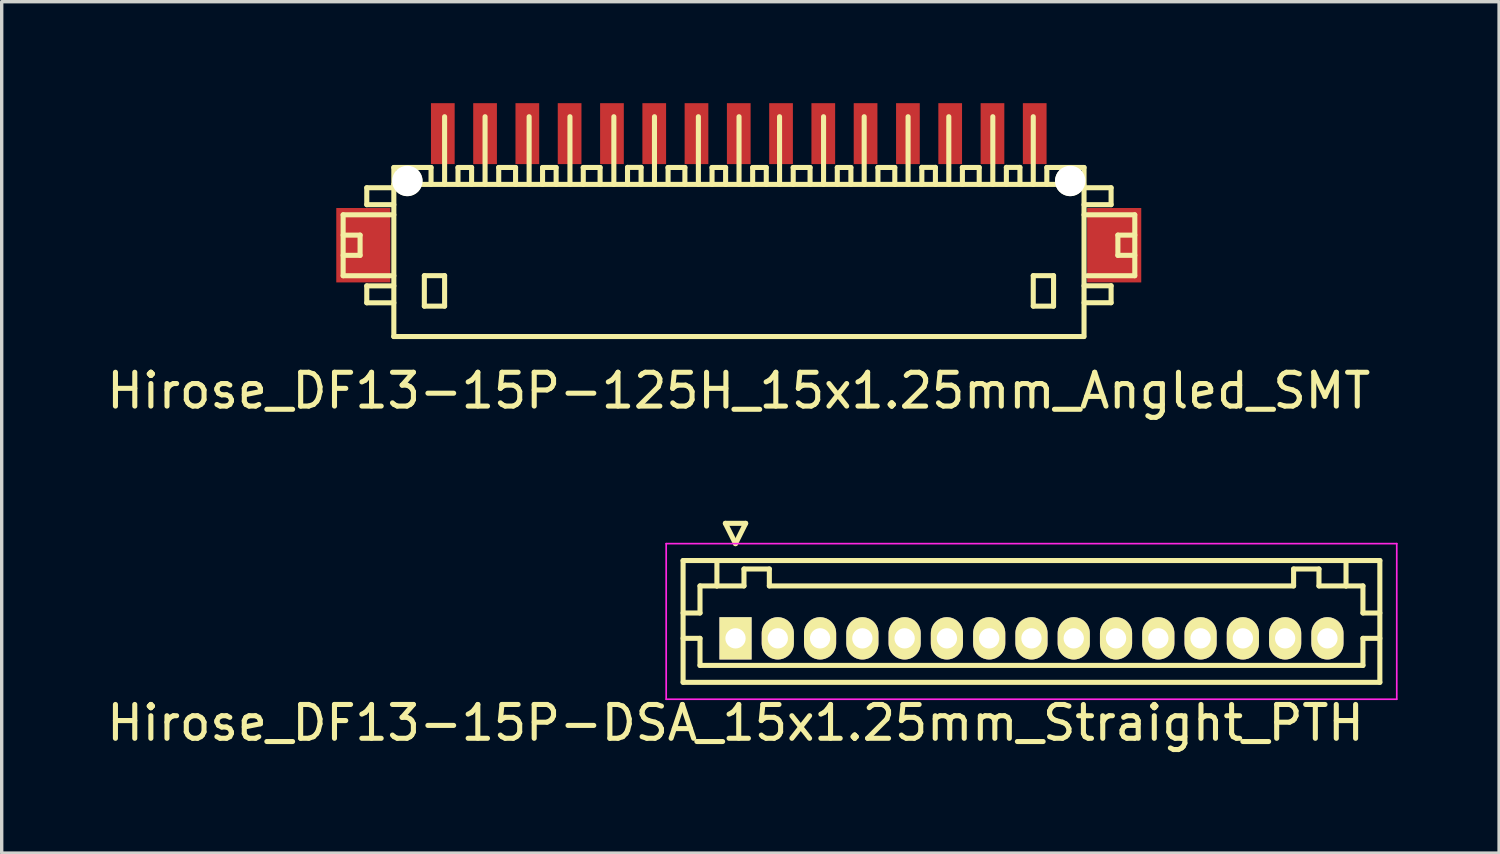
<source format=kicad_pcb>
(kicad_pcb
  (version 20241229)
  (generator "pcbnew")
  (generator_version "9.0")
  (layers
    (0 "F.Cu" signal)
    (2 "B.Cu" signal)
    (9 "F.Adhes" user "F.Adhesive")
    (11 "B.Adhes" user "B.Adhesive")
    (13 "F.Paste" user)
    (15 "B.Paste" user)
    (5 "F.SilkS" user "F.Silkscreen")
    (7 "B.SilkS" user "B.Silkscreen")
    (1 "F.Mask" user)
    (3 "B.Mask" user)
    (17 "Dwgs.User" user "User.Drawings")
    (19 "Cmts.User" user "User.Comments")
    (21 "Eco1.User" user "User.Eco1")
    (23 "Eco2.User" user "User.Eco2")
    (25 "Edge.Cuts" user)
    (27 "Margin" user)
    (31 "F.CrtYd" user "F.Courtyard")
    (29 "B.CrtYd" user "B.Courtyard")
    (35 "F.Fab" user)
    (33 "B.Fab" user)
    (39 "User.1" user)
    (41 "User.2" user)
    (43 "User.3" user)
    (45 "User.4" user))
  (footprint "Hirose_DF13-15P-DSA_15x1.25mm_Straight_PTH"
    (layer "F.Cu")
    (at 18.696 15.823)
    (property "Reference" "Hirose_DF13-15P-DSA_15x1.25mm_Straight_PTH" (at 0 2.5 0) (layer "F.SilkS") (effects (font (size 1 1) (thickness 0.15))))
    (attr through_hole)
    (fp_line (start -1.55 -2.3) (end -1.55 1.3) (stroke (width 0.15) (type solid)) (layer "F.SilkS"))
    (fp_line (start -1.55 -0.75) (end -1.05 -0.75) (stroke (width 0.15) (type solid)) (layer "F.SilkS"))
    (fp_line (start -1.55 0) (end -1.05 0) (stroke (width 0.15) (type solid)) (layer "F.SilkS"))
    (fp_line (start -1.55 1.3) (end 19.05 1.3) (stroke (width 0.15) (type solid)) (layer "F.SilkS"))
    (fp_line (start -1.05 -1.55) (end -0.55 -1.55) (stroke (width 0.15) (type solid)) (layer "F.SilkS"))
    (fp_line (start -1.05 -0.75) (end -1.05 -1.55) (stroke (width 0.15) (type solid)) (layer "F.SilkS"))
    (fp_line (start -1.05 0) (end -1.05 0.8) (stroke (width 0.15) (type solid)) (layer "F.SilkS"))
    (fp_line (start -1.05 0.8) (end 18.55 0.8) (stroke (width 0.15) (type solid)) (layer "F.SilkS"))
    (fp_line (start -0.55 -1.55) (end -0.55 -2.3) (stroke (width 0.15) (type solid)) (layer "F.SilkS"))
    (fp_line (start -0.55 -1.55) (end 0.25 -1.55) (stroke (width 0.15) (type solid)) (layer "F.SilkS"))
    (fp_line (start -0.3 -3.4) (end 0.3 -3.4) (stroke (width 0.15) (type solid)) (layer "F.SilkS"))
    (fp_line (start 0 -2.8) (end -0.3 -3.4) (stroke (width 0.15) (type solid)) (layer "F.SilkS"))
    (fp_line (start 0.25 -2.05) (end 1 -2.05) (stroke (width 0.15) (type solid)) (layer "F.SilkS"))
    (fp_line (start 0.25 -1.55) (end 0.25 -2.05) (stroke (width 0.15) (type solid)) (layer "F.SilkS"))
    (fp_line (start 0.3 -3.4) (end 0 -2.8) (stroke (width 0.15) (type solid)) (layer "F.SilkS"))
    (fp_line (start 1 -2.05) (end 1 -1.55) (stroke (width 0.15) (type solid)) (layer "F.SilkS"))
    (fp_line (start 1 -1.55) (end 16.5 -1.55) (stroke (width 0.15) (type solid)) (layer "F.SilkS"))
    (fp_line (start 16.5 -2.05) (end 17.25 -2.05) (stroke (width 0.15) (type solid)) (layer "F.SilkS"))
    (fp_line (start 16.5 -1.55) (end 16.5 -2.05) (stroke (width 0.15) (type solid)) (layer "F.SilkS"))
    (fp_line (start 17.25 -2.05) (end 17.25 -1.55) (stroke (width 0.15) (type solid)) (layer "F.SilkS"))
    (fp_line (start 17.25 -1.55) (end 18.05 -1.55) (stroke (width 0.15) (type solid)) (layer "F.SilkS"))
    (fp_line (start 18.05 -1.55) (end 18.05 -2.3) (stroke (width 0.15) (type solid)) (layer "F.SilkS"))
    (fp_line (start 18.55 -1.55) (end 18.05 -1.55) (stroke (width 0.15) (type solid)) (layer "F.SilkS"))
    (fp_line (start 18.55 -0.75) (end 18.55 -1.55) (stroke (width 0.15) (type solid)) (layer "F.SilkS"))
    (fp_line (start 18.55 0) (end 19.05 0) (stroke (width 0.15) (type solid)) (layer "F.SilkS"))
    (fp_line (start 18.55 0.8) (end 18.55 0) (stroke (width 0.15) (type solid)) (layer "F.SilkS"))
    (fp_line (start 19.05 -2.3) (end -1.55 -2.3) (stroke (width 0.15) (type solid)) (layer "F.SilkS"))
    (fp_line (start 19.05 -0.75) (end 18.55 -0.75) (stroke (width 0.15) (type solid)) (layer "F.SilkS"))
    (fp_line (start 19.05 1.3) (end 19.05 -2.3) (stroke (width 0.15) (type solid)) (layer "F.SilkS"))
    (fp_line (start -2.05 -2.8) (end -2.05 1.8) (stroke (width 0.05) (type solid)) (layer "F.CrtYd"))
    (fp_line (start -2.05 1.8) (end 19.55 1.8) (stroke (width 0.05) (type solid)) (layer "F.CrtYd"))
    (fp_line (start 19.55 -2.8) (end -2.05 -2.8) (stroke (width 0.05) (type solid)) (layer "F.CrtYd"))
    (fp_line (start 19.55 1.8) (end 19.55 -2.8) (stroke (width 0.05) (type solid)) (layer "F.CrtYd"))
    (pad "1" thru_hole rect (at 0 0) (size 0.95 1.25) (drill 0.6) (layers "*.Cu" "*.Mask" "F.SilkS"))
    (pad "2" thru_hole oval (at 1.25 0) (size 0.95 1.25) (drill 0.6) (layers "*.Cu" "*.Mask" "F.SilkS"))
    (pad "3" thru_hole oval (at 2.5 0) (size 0.95 1.25) (drill 0.6) (layers "*.Cu" "*.Mask" "F.SilkS"))
    (pad "4" thru_hole oval (at 3.75 0) (size 0.95 1.25) (drill 0.6) (layers "*.Cu" "*.Mask" "F.SilkS"))
    (pad "5" thru_hole oval (at 5 0) (size 0.95 1.25) (drill 0.6) (layers "*.Cu" "*.Mask" "F.SilkS"))
    (pad "6" thru_hole oval (at 6.25 0) (size 0.95 1.25) (drill 0.6) (layers "*.Cu" "*.Mask" "F.SilkS"))
    (pad "7" thru_hole oval (at 7.5 0) (size 0.95 1.25) (drill 0.6) (layers "*.Cu" "*.Mask" "F.SilkS"))
    (pad "8" thru_hole oval (at 8.75 0) (size 0.95 1.25) (drill 0.6) (layers "*.Cu" "*.Mask" "F.SilkS"))
    (pad "9" thru_hole oval (at 10 0) (size 0.95 1.25) (drill 0.6) (layers "*.Cu" "*.Mask" "F.SilkS"))
    (pad "10" thru_hole oval (at 11.25 0) (size 0.95 1.25) (drill 0.6) (layers "*.Cu" "*.Mask" "F.SilkS"))
    (pad "11" thru_hole oval (at 12.5 0) (size 0.95 1.25) (drill 0.6) (layers "*.Cu" "*.Mask" "F.SilkS"))
    (pad "12" thru_hole oval (at 13.75 0) (size 0.95 1.25) (drill 0.6) (layers "*.Cu" "*.Mask" "F.SilkS"))
    (pad "13" thru_hole oval (at 15 0) (size 0.95 1.25) (drill 0.6) (layers "*.Cu" "*.Mask" "F.SilkS"))
    (pad "14" thru_hole oval (at 16.25 0) (size 0.95 1.25) (drill 0.6) (layers "*.Cu" "*.Mask" "F.SilkS"))
    (pad "15" thru_hole oval (at 17.5 0) (size 0.95 1.25) (drill 0.6) (layers "*.Cu" "*.Mask" "F.SilkS")))
  (footprint "Hirose_DF13-15P-125H_15x1.25mm_Angled_SMT"
    (layer "F.Cu")
    (at 18.792 4.401)
    (property "Reference" "Hirose_DF13-15P-125H_15x1.25mm_Angled_SMT" (at 0 4.1 0) (layer "F.SilkS") (effects (font (size 1 1) (thickness 0.15))))
    (attr smd)
    (fp_line (start -11.697 -1.1) (end -11.697 0.701) (stroke (width 0.15) (type solid)) (layer "F.SilkS"))
    (fp_line (start -11.697 0.701) (end -10.198 0.701) (stroke (width 0.15) (type solid)) (layer "F.SilkS"))
    (fp_line (start -11.196 -0.5) (end -11.697 -0.5) (stroke (width 0.15) (type solid)) (layer "F.SilkS"))
    (fp_line (start -11.196 0.099) (end -11.697 0.099) (stroke (width 0.15) (type solid)) (layer "F.SilkS"))
    (fp_line (start -11.196 0.099) (end -11.196 -0.5) (stroke (width 0.15) (type solid)) (layer "F.SilkS"))
    (fp_line (start -10.998 -1.9) (end -10.998 -1.4) (stroke (width 0.15) (type solid)) (layer "F.SilkS"))
    (fp_line (start -10.998 -1.9) (end -10.198 -1.9) (stroke (width 0.15) (type solid)) (layer "F.SilkS"))
    (fp_line (start -10.998 1.001) (end -10.998 1.501) (stroke (width 0.15) (type solid)) (layer "F.SilkS"))
    (fp_line (start -10.998 1.501) (end -10.198 1.501) (stroke (width 0.15) (type solid)) (layer "F.SilkS"))
    (fp_line (start -10.201 -1.999) (end 10.201 -1.999) (stroke (width 0.15) (type solid)) (layer "F.SilkS"))
    (fp_line (start -10.198 -1.4) (end -10.998 -1.4) (stroke (width 0.15) (type solid)) (layer "F.SilkS"))
    (fp_line (start -10.198 -1.1) (end -11.697 -1.1) (stroke (width 0.15) (type solid)) (layer "F.SilkS"))
    (fp_line (start -10.198 1.001) (end -10.998 1.001) (stroke (width 0.15) (type solid)) (layer "F.SilkS"))
    (fp_line (start -10.198 2.499) (end -10.198 -2.499) (stroke (width 0.15) (type solid)) (layer "F.SilkS"))
    (fp_line (start -9.296 0.699) (end -9.296 1.6) (stroke (width 0.15) (type solid)) (layer "F.SilkS"))
    (fp_line (start -9.296 1.6) (end -8.697 1.6) (stroke (width 0.15) (type solid)) (layer "F.SilkS"))
    (fp_line (start -9.098 -2.499) (end -10.198 -2.499) (stroke (width 0.15) (type solid)) (layer "F.SilkS"))
    (fp_line (start -9.098 -2.499) (end -9.098 -1.999) (stroke (width 0.15) (type solid)) (layer "F.SilkS"))
    (fp_line (start -8.697 -4) (end -8.697 -1.999) (stroke (width 0.15) (type solid)) (layer "F.SilkS"))
    (fp_line (start -8.697 0.699) (end -9.296 0.699) (stroke (width 0.15) (type solid)) (layer "F.SilkS"))
    (fp_line (start -8.697 1.6) (end -8.697 0.699) (stroke (width 0.15) (type solid)) (layer "F.SilkS"))
    (fp_line (start -8.301 -2.499) (end -8.301 -1.999) (stroke (width 0.15) (type solid)) (layer "F.SilkS"))
    (fp_line (start -7.899 -2.499) (end -8.301 -2.499) (stroke (width 0.15) (type solid)) (layer "F.SilkS"))
    (fp_line (start -7.899 -2.499) (end -7.899 -1.999) (stroke (width 0.15) (type solid)) (layer "F.SilkS"))
    (fp_line (start -7.501 -1.999) (end -7.501 -4) (stroke (width 0.15) (type solid)) (layer "F.SilkS"))
    (fp_line (start -7.099 -2.499) (end -6.599 -2.499) (stroke (width 0.15) (type solid)) (layer "F.SilkS"))
    (fp_line (start -7.097 -1.999) (end -7.097 -2.499) (stroke (width 0.15) (type solid)) (layer "F.SilkS"))
    (fp_line (start -6.599 -2.499) (end -6.599 -1.999) (stroke (width 0.15) (type solid)) (layer "F.SilkS"))
    (fp_line (start -6.198 -1.999) (end -6.198 -4) (stroke (width 0.15) (type solid)) (layer "F.SilkS"))
    (fp_line (start -5.801 -2.499) (end -5.801 -1.999) (stroke (width 0.15) (type solid)) (layer "F.SilkS"))
    (fp_line (start -5.4 -2.499) (end -5.801 -2.499) (stroke (width 0.15) (type solid)) (layer "F.SilkS"))
    (fp_line (start -5.4 -2.499) (end -5.4 -1.999) (stroke (width 0.15) (type solid)) (layer "F.SilkS"))
    (fp_line (start -4.991 -1.999) (end -4.991 -4) (stroke (width 0.15) (type solid)) (layer "F.SilkS"))
    (fp_line (start -4.6 -2.499) (end -4.1 -2.499) (stroke (width 0.15) (type solid)) (layer "F.SilkS"))
    (fp_line (start -4.597 -1.999) (end -4.597 -2.499) (stroke (width 0.15) (type solid)) (layer "F.SilkS"))
    (fp_line (start -4.1 -2.499) (end -4.1 -1.999) (stroke (width 0.15) (type solid)) (layer "F.SilkS"))
    (fp_line (start -3.693 -1.999) (end -3.693 -4) (stroke (width 0.15) (type solid)) (layer "F.SilkS"))
    (fp_line (start -3.289 -2.502) (end -3.289 -2.002) (stroke (width 0.15) (type solid)) (layer "F.SilkS"))
    (fp_line (start -2.888 -2.502) (end -3.289 -2.502) (stroke (width 0.15) (type solid)) (layer "F.SilkS"))
    (fp_line (start -2.888 -2.502) (end -2.888 -2.002) (stroke (width 0.15) (type solid)) (layer "F.SilkS"))
    (fp_line (start -2.492 -1.999) (end -2.492 -4) (stroke (width 0.15) (type solid)) (layer "F.SilkS"))
    (fp_line (start -2.093 -2.499) (end -1.593 -2.499) (stroke (width 0.15) (type solid)) (layer "F.SilkS"))
    (fp_line (start -2.09 -1.999) (end -2.09 -2.499) (stroke (width 0.15) (type solid)) (layer "F.SilkS"))
    (fp_line (start -1.593 -2.499) (end -1.593 -1.999) (stroke (width 0.15) (type solid)) (layer "F.SilkS"))
    (fp_line (start -1.194 -1.999) (end -1.194 -4) (stroke (width 0.15) (type solid)) (layer "F.SilkS"))
    (fp_line (start -0.79 -2.499) (end -0.79 -1.999) (stroke (width 0.15) (type solid)) (layer "F.SilkS"))
    (fp_line (start -0.389 -2.499) (end -0.79 -2.499) (stroke (width 0.15) (type solid)) (layer "F.SilkS"))
    (fp_line (start -0.389 -2.499) (end -0.389 -1.999) (stroke (width 0.15) (type solid)) (layer "F.SilkS"))
    (fp_line (start 0.008 -1.999) (end 0.008 -4) (stroke (width 0.15) (type solid)) (layer "F.SilkS"))
    (fp_line (start 0.411 -2.499) (end 0.411 -1.999) (stroke (width 0.15) (type solid)) (layer "F.SilkS"))
    (fp_line (start 0.813 -2.499) (end 0.411 -2.499) (stroke (width 0.15) (type solid)) (layer "F.SilkS"))
    (fp_line (start 0.813 -2.499) (end 0.813 -1.999) (stroke (width 0.15) (type solid)) (layer "F.SilkS"))
    (fp_line (start 1.206 -1.999) (end 1.206 -4) (stroke (width 0.15) (type solid)) (layer "F.SilkS"))
    (fp_line (start 1.608 -2.499) (end 2.108 -2.499) (stroke (width 0.15) (type solid)) (layer "F.SilkS"))
    (fp_line (start 1.61 -1.999) (end 1.61 -2.499) (stroke (width 0.15) (type solid)) (layer "F.SilkS"))
    (fp_line (start 2.108 -2.499) (end 2.108 -1.999) (stroke (width 0.15) (type solid)) (layer "F.SilkS"))
    (fp_line (start 2.507 -1.999) (end 2.507 -4) (stroke (width 0.15) (type solid)) (layer "F.SilkS"))
    (fp_line (start 2.913 -2.499) (end 2.913 -1.999) (stroke (width 0.15) (type solid)) (layer "F.SilkS"))
    (fp_line (start 3.315 -2.499) (end 2.913 -2.499) (stroke (width 0.15) (type solid)) (layer "F.SilkS"))
    (fp_line (start 3.315 -2.499) (end 3.315 -1.999) (stroke (width 0.15) (type solid)) (layer "F.SilkS"))
    (fp_line (start 3.708 -1.999) (end 3.708 -4) (stroke (width 0.15) (type solid)) (layer "F.SilkS"))
    (fp_line (start 4.112 -2.499) (end 4.613 -2.499) (stroke (width 0.15) (type solid)) (layer "F.SilkS"))
    (fp_line (start 4.115 -1.999) (end 4.115 -2.499) (stroke (width 0.15) (type solid)) (layer "F.SilkS"))
    (fp_line (start 4.613 -2.499) (end 4.613 -1.999) (stroke (width 0.15) (type solid)) (layer "F.SilkS"))
    (fp_line (start 5.006 -1.999) (end 5.006 -4) (stroke (width 0.15) (type solid)) (layer "F.SilkS"))
    (fp_line (start 5.413 -2.502) (end 5.413 -2.002) (stroke (width 0.15) (type solid)) (layer "F.SilkS"))
    (fp_line (start 5.812 -2.502) (end 5.41 -2.502) (stroke (width 0.15) (type solid)) (layer "F.SilkS"))
    (fp_line (start 5.814 -2.502) (end 5.814 -2.002) (stroke (width 0.15) (type solid)) (layer "F.SilkS"))
    (fp_line (start 6.21 -1.999) (end 6.21 -4) (stroke (width 0.15) (type solid)) (layer "F.SilkS"))
    (fp_line (start 6.609 -2.499) (end 7.109 -2.499) (stroke (width 0.15) (type solid)) (layer "F.SilkS"))
    (fp_line (start 6.612 -1.999) (end 6.612 -2.499) (stroke (width 0.15) (type solid)) (layer "F.SilkS"))
    (fp_line (start 7.109 -2.499) (end 7.109 -1.999) (stroke (width 0.15) (type solid)) (layer "F.SilkS"))
    (fp_line (start 7.511 -1.999) (end 7.511 -4) (stroke (width 0.15) (type solid)) (layer "F.SilkS"))
    (fp_line (start 7.912 -2.502) (end 7.912 -2.002) (stroke (width 0.15) (type solid)) (layer "F.SilkS"))
    (fp_line (start 8.311 -2.502) (end 7.91 -2.502) (stroke (width 0.15) (type solid)) (layer "F.SilkS"))
    (fp_line (start 8.313 -2.502) (end 8.313 -2.002) (stroke (width 0.15) (type solid)) (layer "F.SilkS"))
    (fp_line (start 8.707 -1.999) (end 8.707 -4) (stroke (width 0.15) (type solid)) (layer "F.SilkS"))
    (fp_line (start 8.707 0.699) (end 9.307 0.699) (stroke (width 0.15) (type solid)) (layer "F.SilkS"))
    (fp_line (start 8.707 1.6) (end 8.707 0.699) (stroke (width 0.15) (type solid)) (layer "F.SilkS"))
    (fp_line (start 9.108 -2.499) (end 9.108 -1.999) (stroke (width 0.15) (type solid)) (layer "F.SilkS"))
    (fp_line (start 9.307 0.699) (end 9.307 1.6) (stroke (width 0.15) (type solid)) (layer "F.SilkS"))
    (fp_line (start 9.307 1.6) (end 8.707 1.6) (stroke (width 0.15) (type solid)) (layer "F.SilkS"))
    (fp_line (start 10.201 2.499) (end -10.201 2.499) (stroke (width 0.15) (type solid)) (layer "F.SilkS"))
    (fp_line (start 10.208 -2.499) (end 9.108 -2.499) (stroke (width 0.15) (type solid)) (layer "F.SilkS"))
    (fp_line (start 10.208 -2.499) (end 10.208 2.499) (stroke (width 0.15) (type solid)) (layer "F.SilkS"))
    (fp_line (start 10.208 -1.9) (end 11.008 -1.9) (stroke (width 0.15) (type solid)) (layer "F.SilkS"))
    (fp_line (start 10.208 0.998) (end 11.008 0.998) (stroke (width 0.15) (type solid)) (layer "F.SilkS"))
    (fp_line (start 11.008 -1.9) (end 11.008 -1.4) (stroke (width 0.15) (type solid)) (layer "F.SilkS"))
    (fp_line (start 11.008 -1.4) (end 10.208 -1.4) (stroke (width 0.15) (type solid)) (layer "F.SilkS"))
    (fp_line (start 11.008 0.998) (end 11.008 1.499) (stroke (width 0.15) (type solid)) (layer "F.SilkS"))
    (fp_line (start 11.008 1.499) (end 10.208 1.499) (stroke (width 0.15) (type solid)) (layer "F.SilkS"))
    (fp_line (start 11.209 0.099) (end 11.209 -0.5) (stroke (width 0.15) (type solid)) (layer "F.SilkS"))
    (fp_line (start 11.707 -1.1) (end 10.208 -1.1) (stroke (width 0.15) (type solid)) (layer "F.SilkS"))
    (fp_line (start 11.707 0.701) (end 10.307 0.701) (stroke (width 0.15) (type solid)) (layer "F.SilkS"))
    (fp_line (start 11.709 -1.1) (end 11.709 0.701) (stroke (width 0.15) (type solid)) (layer "F.SilkS"))
    (fp_line (start 11.709 -0.5) (end 11.209 -0.5) (stroke (width 0.15) (type solid)) (layer "F.SilkS"))
    (fp_line (start 11.709 0.099) (end 11.209 0.099) (stroke (width 0.15) (type solid)) (layer "F.SilkS"))
    (pad "" smd rect (at -11.1 -0.201) (size 1.6 2.2) (layers "F.Cu" "F.Mask" "F.Paste"))
    (pad "" np_thru_hole circle (at -9.799 -2.101) (size 0.899 0.899) (drill 0.899) (layers "*.Cu" "*.Mask" "F.SilkS"))
    (pad "" np_thru_hole circle (at 9.799 -2.101) (size 0.899 0.899) (drill 0.899) (layers "*.Cu" "*.Mask" "F.SilkS"))
    (pad "" smd rect (at 11.1 -0.201) (size 1.6 2.2) (layers "F.Cu" "F.Mask" "F.Paste"))
    (pad "1" smd rect (at 8.75 -3.5) (size 0.701 1.801) (layers "F.Cu" "F.Mask" "F.Paste"))
    (pad "2" smd rect (at 7.501 -3.5) (size 0.701 1.801) (layers "F.Cu" "F.Mask" "F.Paste"))
    (pad "3" smd rect (at 6.251 -3.5) (size 0.701 1.801) (layers "F.Cu" "F.Mask" "F.Paste"))
    (pad "4" smd rect (at 5.001 -3.5) (size 0.701 1.801) (layers "F.Cu" "F.Mask" "F.Paste"))
    (pad "5" smd rect (at 3.749 -3.5) (size 0.701 1.801) (layers "F.Cu" "F.Mask" "F.Paste"))
    (pad "6" smd rect (at 2.499 -3.5) (size 0.701 1.801) (layers "F.Cu" "F.Mask" "F.Paste"))
    (pad "7" smd rect (at 1.25 -3.5) (size 0.701 1.801) (layers "F.Cu" "F.Mask" "F.Paste"))
    (pad "8" smd rect (at 0 -3.5) (size 0.701 1.801) (layers "F.Cu" "F.Mask" "F.Paste"))
    (pad "9" smd rect (at -1.25 -3.5) (size 0.701 1.801) (layers "F.Cu" "F.Mask" "F.Paste"))
    (pad "10" smd rect (at -2.499 -3.5) (size 0.701 1.801) (layers "F.Cu" "F.Mask" "F.Paste"))
    (pad "11" smd rect (at -3.749 -3.5) (size 0.701 1.801) (layers "F.Cu" "F.Mask" "F.Paste"))
    (pad "12" smd rect (at -5.001 -3.5) (size 0.701 1.801) (layers "F.Cu" "F.Mask" "F.Paste"))
    (pad "13" smd rect (at -6.251 -3.5) (size 0.701 1.801) (layers "F.Cu" "F.Mask" "F.Paste"))
    (pad "14" smd rect (at -7.501 -3.5) (size 0.701 1.801) (layers "F.Cu" "F.Mask" "F.Paste"))
    (pad "15" smd rect (at -8.75 -3.5) (size 0.701 1.801) (layers "F.Cu" "F.Mask" "F.Paste")))
  (gr_rect
    (start -3 -3)
    (end 41.271 22.172)
    (stroke (width 0.1) (type default))
    (fill no)
    (layer "Edge.Cuts")))
</source>
